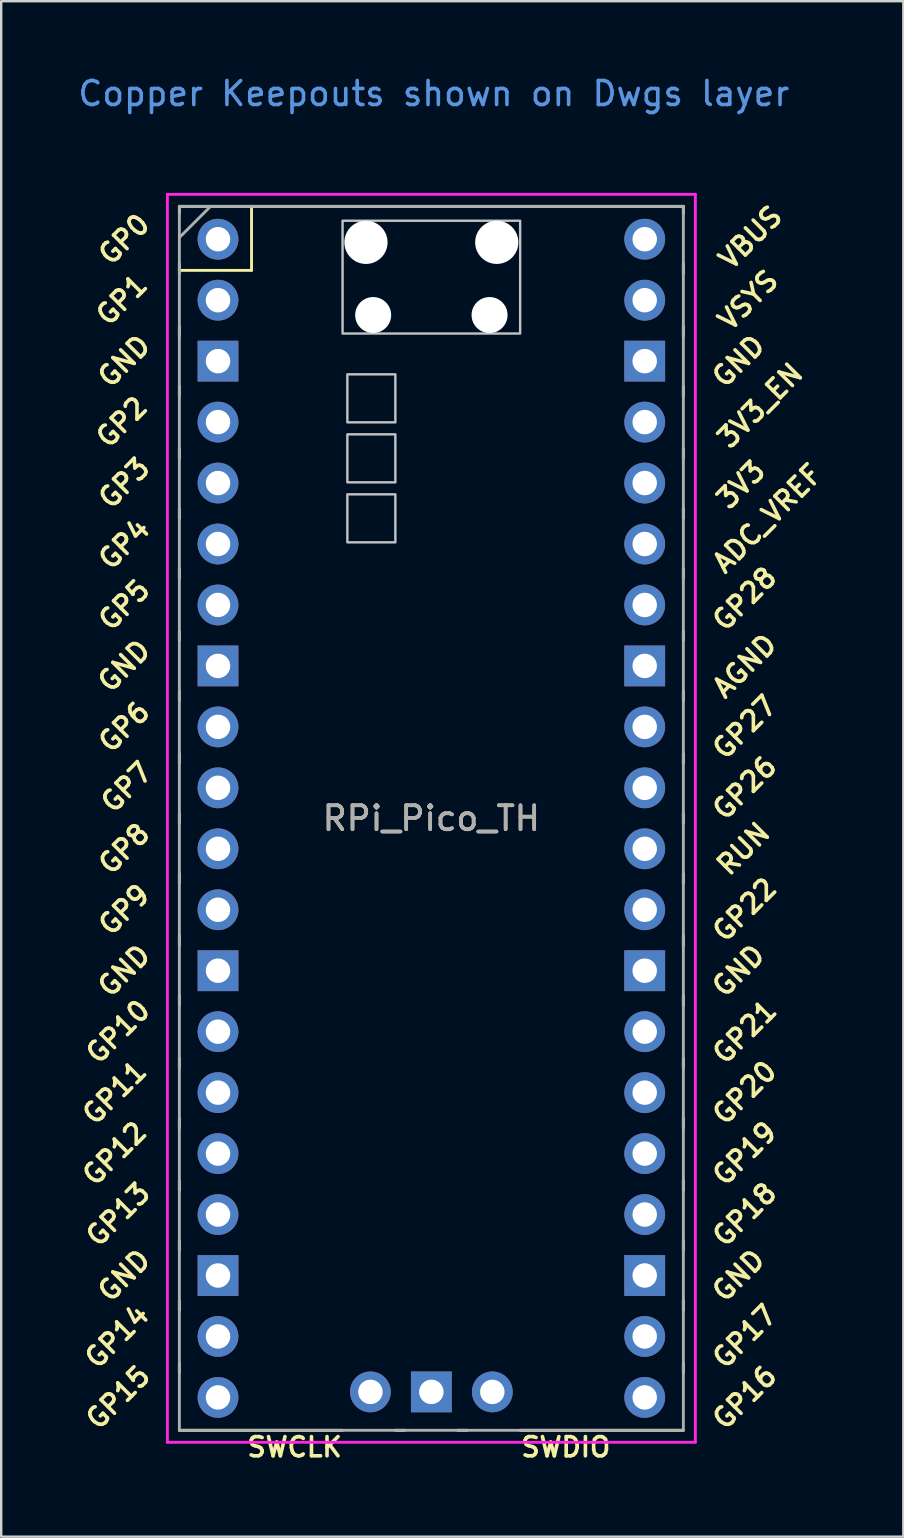
<source format=kicad_pcb>
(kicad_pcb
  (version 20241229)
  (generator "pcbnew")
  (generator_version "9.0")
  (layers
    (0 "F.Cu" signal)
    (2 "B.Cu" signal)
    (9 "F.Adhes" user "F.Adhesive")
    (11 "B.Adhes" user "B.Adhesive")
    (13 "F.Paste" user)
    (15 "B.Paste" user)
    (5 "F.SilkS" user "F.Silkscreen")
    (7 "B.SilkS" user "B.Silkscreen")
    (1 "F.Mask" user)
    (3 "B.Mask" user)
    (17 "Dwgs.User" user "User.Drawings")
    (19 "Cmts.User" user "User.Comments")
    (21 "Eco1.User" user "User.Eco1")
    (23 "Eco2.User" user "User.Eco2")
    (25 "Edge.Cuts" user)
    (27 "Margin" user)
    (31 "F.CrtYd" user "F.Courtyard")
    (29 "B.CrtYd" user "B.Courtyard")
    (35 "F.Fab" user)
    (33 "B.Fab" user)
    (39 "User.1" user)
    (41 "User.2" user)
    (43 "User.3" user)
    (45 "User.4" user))
  (footprint "RPi_Pico_TH"
    (layer "F.Cu")
    (at 14.924 31.048)
    (property "Reference" "RPi_Pico_TH" (at 0 0 0) (layer "F.SilkS") (effects (font (size 1 1) (thickness 0.15))))
    (attr through_hole)
    (fp_line (start -10.5 -25.5) (end -10.5 -25.2) (stroke (width 0.12) (type solid)) (layer "F.SilkS"))
    (fp_line (start -10.5 -25.5) (end 10.5 -25.5) (stroke (width 0.12) (type solid)) (layer "F.SilkS"))
    (fp_line (start -10.5 -23.1) (end -10.5 -22.7) (stroke (width 0.12) (type solid)) (layer "F.SilkS"))
    (fp_line (start -10.5 -22.833) (end -7.493 -22.833) (stroke (width 0.12) (type solid)) (layer "F.SilkS"))
    (fp_line (start -10.5 -20.5) (end -10.5 -20.1) (stroke (width 0.12) (type solid)) (layer "F.SilkS"))
    (fp_line (start -10.5 -18) (end -10.5 -17.6) (stroke (width 0.12) (type solid)) (layer "F.SilkS"))
    (fp_line (start -10.5 -15.4) (end -10.5 -15) (stroke (width 0.12) (type solid)) (layer "F.SilkS"))
    (fp_line (start -10.5 -12.9) (end -10.5 -12.5) (stroke (width 0.12) (type solid)) (layer "F.SilkS"))
    (fp_line (start -10.5 -10.4) (end -10.5 -10) (stroke (width 0.12) (type solid)) (layer "F.SilkS"))
    (fp_line (start -10.5 -7.8) (end -10.5 -7.4) (stroke (width 0.12) (type solid)) (layer "F.SilkS"))
    (fp_line (start -10.5 -5.3) (end -10.5 -4.9) (stroke (width 0.12) (type solid)) (layer "F.SilkS"))
    (fp_line (start -10.5 -2.7) (end -10.5 -2.3) (stroke (width 0.12) (type solid)) (layer "F.SilkS"))
    (fp_line (start -10.5 -0.2) (end -10.5 0.2) (stroke (width 0.12) (type solid)) (layer "F.SilkS"))
    (fp_line (start -10.5 2.3) (end -10.5 2.7) (stroke (width 0.12) (type solid)) (layer "F.SilkS"))
    (fp_line (start -10.5 4.9) (end -10.5 5.3) (stroke (width 0.12) (type solid)) (layer "F.SilkS"))
    (fp_line (start -10.5 7.4) (end -10.5 7.8) (stroke (width 0.12) (type solid)) (layer "F.SilkS"))
    (fp_line (start -10.5 10) (end -10.5 10.4) (stroke (width 0.12) (type solid)) (layer "F.SilkS"))
    (fp_line (start -10.5 12.5) (end -10.5 12.9) (stroke (width 0.12) (type solid)) (layer "F.SilkS"))
    (fp_line (start -10.5 15.1) (end -10.5 15.5) (stroke (width 0.12) (type solid)) (layer "F.SilkS"))
    (fp_line (start -10.5 17.6) (end -10.5 18) (stroke (width 0.12) (type solid)) (layer "F.SilkS"))
    (fp_line (start -10.5 20.1) (end -10.5 20.5) (stroke (width 0.12) (type solid)) (layer "F.SilkS"))
    (fp_line (start -10.5 22.7) (end -10.5 23.1) (stroke (width 0.12) (type solid)) (layer "F.SilkS"))
    (fp_line (start -7.493 -22.833) (end -7.493 -25.5) (stroke (width 0.12) (type solid)) (layer "F.SilkS"))
    (fp_line (start -3.7 25.5) (end -10.5 25.5) (stroke (width 0.12) (type solid)) (layer "F.SilkS"))
    (fp_line (start -1.5 25.5) (end -1.1 25.5) (stroke (width 0.12) (type solid)) (layer "F.SilkS"))
    (fp_line (start 1.1 25.5) (end 1.5 25.5) (stroke (width 0.12) (type solid)) (layer "F.SilkS"))
    (fp_line (start 10.5 -25.5) (end 10.5 -25.2) (stroke (width 0.12) (type solid)) (layer "F.SilkS"))
    (fp_line (start 10.5 -23.1) (end 10.5 -22.7) (stroke (width 0.12) (type solid)) (layer "F.SilkS"))
    (fp_line (start 10.5 -20.5) (end 10.5 -20.1) (stroke (width 0.12) (type solid)) (layer "F.SilkS"))
    (fp_line (start 10.5 -18) (end 10.5 -17.6) (stroke (width 0.12) (type solid)) (layer "F.SilkS"))
    (fp_line (start 10.5 -15.4) (end 10.5 -15) (stroke (width 0.12) (type solid)) (layer "F.SilkS"))
    (fp_line (start 10.5 -12.9) (end 10.5 -12.5) (stroke (width 0.12) (type solid)) (layer "F.SilkS"))
    (fp_line (start 10.5 -10.4) (end 10.5 -10) (stroke (width 0.12) (type solid)) (layer "F.SilkS"))
    (fp_line (start 10.5 -7.8) (end 10.5 -7.4) (stroke (width 0.12) (type solid)) (layer "F.SilkS"))
    (fp_line (start 10.5 -5.3) (end 10.5 -4.9) (stroke (width 0.12) (type solid)) (layer "F.SilkS"))
    (fp_line (start 10.5 -2.7) (end 10.5 -2.3) (stroke (width 0.12) (type solid)) (layer "F.SilkS"))
    (fp_line (start 10.5 -0.2) (end 10.5 0.2) (stroke (width 0.12) (type solid)) (layer "F.SilkS"))
    (fp_line (start 10.5 2.3) (end 10.5 2.7) (stroke (width 0.12) (type solid)) (layer "F.SilkS"))
    (fp_line (start 10.5 4.9) (end 10.5 5.3) (stroke (width 0.12) (type solid)) (layer "F.SilkS"))
    (fp_line (start 10.5 7.4) (end 10.5 7.8) (stroke (width 0.12) (type solid)) (layer "F.SilkS"))
    (fp_line (start 10.5 10) (end 10.5 10.4) (stroke (width 0.12) (type solid)) (layer "F.SilkS"))
    (fp_line (start 10.5 12.5) (end 10.5 12.9) (stroke (width 0.12) (type solid)) (layer "F.SilkS"))
    (fp_line (start 10.5 15.1) (end 10.5 15.5) (stroke (width 0.12) (type solid)) (layer "F.SilkS"))
    (fp_line (start 10.5 17.6) (end 10.5 18) (stroke (width 0.12) (type solid)) (layer "F.SilkS"))
    (fp_line (start 10.5 20.1) (end 10.5 20.5) (stroke (width 0.12) (type solid)) (layer "F.SilkS"))
    (fp_line (start 10.5 22.7) (end 10.5 23.1) (stroke (width 0.12) (type solid)) (layer "F.SilkS"))
    (fp_line (start 10.5 25.5) (end 3.7 25.5) (stroke (width 0.12) (type solid)) (layer "F.SilkS"))
    (fp_poly (pts (xy -1.5 -16.5) (xy -3.5 -16.5) (xy -3.5 -18.5) (xy -1.5 -18.5)) (stroke (width 0.1) (type solid)) (fill no) (layer "Dwgs.User"))
    (fp_poly (pts (xy -1.5 -14) (xy -3.5 -14) (xy -3.5 -16) (xy -1.5 -16)) (stroke (width 0.1) (type solid)) (fill no) (layer "Dwgs.User"))
    (fp_poly (pts (xy -1.5 -11.5) (xy -3.5 -11.5) (xy -3.5 -13.5) (xy -1.5 -13.5)) (stroke (width 0.1) (type solid)) (fill no) (layer "Dwgs.User"))
    (fp_poly (pts (xy 3.7 -20.2) (xy -3.7 -20.2) (xy -3.7 -24.9) (xy 3.7 -24.9)) (stroke (width 0.1) (type solid)) (fill no) (layer "Dwgs.User"))
    (fp_line (start -11 -26) (end 11 -26) (stroke (width 0.12) (type solid)) (layer "F.CrtYd"))
    (fp_line (start -11 26) (end -11 -26) (stroke (width 0.12) (type solid)) (layer "F.CrtYd"))
    (fp_line (start 11 -26) (end 11 26) (stroke (width 0.12) (type solid)) (layer "F.CrtYd"))
    (fp_line (start 11 26) (end -11 26) (stroke (width 0.12) (type solid)) (layer "F.CrtYd"))
    (fp_line (start -10.5 -25.5) (end 10.5 -25.5) (stroke (width 0.12) (type solid)) (layer "F.Fab"))
    (fp_line (start -10.5 -24.2) (end -9.2 -25.5) (stroke (width 0.12) (type solid)) (layer "F.Fab"))
    (fp_line (start -10.5 25.5) (end -10.5 -25.5) (stroke (width 0.12) (type solid)) (layer "F.Fab"))
    (fp_line (start 10.5 -25.5) (end 10.5 25.5) (stroke (width 0.12) (type solid)) (layer "F.Fab"))
    (fp_line (start 10.5 25.5) (end -10.5 25.5) (stroke (width 0.12) (type solid)) (layer "F.Fab"))
    (fp_text user "GP20" (at 13.054 11.43 45) (layer "F.SilkS") (effects (font (size 0.8 0.8) (thickness 0.15))))
    (fp_text user "GP12" (at -13.2 13.97 45) (layer "F.SilkS") (effects (font (size 0.8 0.8) (thickness 0.15))))
    (fp_text user "SWDIO" (at 5.6 26.2 0) (layer "F.SilkS") (effects (font (size 0.8 0.8) (thickness 0.15))))
    (fp_text user "GP13" (at -13.054 16.51 45) (layer "F.SilkS") (effects (font (size 0.8 0.8) (thickness 0.15))))
    (fp_text user "GND" (at 12.8 19.05 45) (layer "F.SilkS") (effects (font (size 0.8 0.8) (thickness 0.15))))
    (fp_text user "VBUS" (at 13.3 -24.2 45) (layer "F.SilkS") (effects (font (size 0.8 0.8) (thickness 0.15))))
    (fp_text user "GP5" (at -12.8 -8.89 45) (layer "F.SilkS") (effects (font (size 0.8 0.8) (thickness 0.15))))
    (fp_text user "GP26" (at 13.054 -1.27 45) (layer "F.SilkS") (effects (font (size 0.8 0.8) (thickness 0.15))))
    (fp_text user "GP4" (at -12.8 -11.43 45) (layer "F.SilkS") (effects (font (size 0.8 0.8) (thickness 0.15))))
    (fp_text user "ADC_VREF" (at 14 -12.5 45) (layer "F.SilkS") (effects (font (size 0.8 0.8) (thickness 0.15))))
    (fp_text user "GP14" (at -13.1 21.59 45) (layer "F.SilkS") (effects (font (size 0.8 0.8) (thickness 0.15))))
    (fp_text user "GP21" (at 13.054 8.9 45) (layer "F.SilkS") (effects (font (size 0.8 0.8) (thickness 0.15))))
    (fp_text user "GP17" (at 13.054 21.59 45) (layer "F.SilkS") (effects (font (size 0.8 0.8) (thickness 0.15))))
    (fp_text user "GND" (at 12.8 6.35 45) (layer "F.SilkS") (effects (font (size 0.8 0.8) (thickness 0.15))))
    (fp_text user "VSYS" (at 13.2 -21.59 45) (layer "F.SilkS") (effects (font (size 0.8 0.8) (thickness 0.15))))
    (fp_text user "GP6" (at -12.8 -3.81 45) (layer "F.SilkS") (effects (font (size 0.8 0.8) (thickness 0.15))))
    (fp_text user "AGND" (at 13.054 -6.35 45) (layer "F.SilkS") (effects (font (size 0.8 0.8) (thickness 0.15))))
    (fp_text user "GP3" (at -12.8 -13.97 45) (layer "F.SilkS") (effects (font (size 0.8 0.8) (thickness 0.15))))
    (fp_text user "GND" (at -12.8 -6.35 45) (layer "F.SilkS") (effects (font (size 0.8 0.8) (thickness 0.15))))
    (fp_text user "GND" (at 12.8 -19.05 45) (layer "F.SilkS") (effects (font (size 0.8 0.8) (thickness 0.15))))
    (fp_text user "GP22" (at 13.054 3.81 45) (layer "F.SilkS") (effects (font (size 0.8 0.8) (thickness 0.15))))
    (fp_text user "GP9" (at -12.8 3.81 45) (layer "F.SilkS") (effects (font (size 0.8 0.8) (thickness 0.15))))
    (fp_text user "GP18" (at 13.054 16.51 45) (layer "F.SilkS") (effects (font (size 0.8 0.8) (thickness 0.15))))
    (fp_text user "GP11" (at -13.2 11.43 45) (layer "F.SilkS") (effects (font (size 0.8 0.8) (thickness 0.15))))
    (fp_text user "GP8" (at -12.8 1.27 45) (layer "F.SilkS") (effects (font (size 0.8 0.8) (thickness 0.15))))
    (fp_text user "GP27" (at 13.054 -3.8 45) (layer "F.SilkS") (effects (font (size 0.8 0.8) (thickness 0.15))))
    (fp_text user "GND" (at -12.8 -19.05 45) (layer "F.SilkS") (effects (font (size 0.8 0.8) (thickness 0.15))))
    (fp_text user "GP28" (at 13.054 -9.144 45) (layer "F.SilkS") (effects (font (size 0.8 0.8) (thickness 0.15))))
    (fp_text user "RUN" (at 13 1.27 45) (layer "F.SilkS") (effects (font (size 0.8 0.8) (thickness 0.15))))
    (fp_text user "GP10" (at -13.054 8.89 45) (layer "F.SilkS") (effects (font (size 0.8 0.8) (thickness 0.15))))
    (fp_text user "3V3_EN" (at 13.7 -17.2 45) (layer "F.SilkS") (effects (font (size 0.8 0.8) (thickness 0.15))))
    (fp_text user "GND" (at -12.8 6.35 45) (layer "F.SilkS") (effects (font (size 0.8 0.8) (thickness 0.15))))
    (fp_text user "GP16" (at 13.054 24.13 45) (layer "F.SilkS") (effects (font (size 0.8 0.8) (thickness 0.15))))
    (fp_text user "GP19" (at 13.054 13.97 45) (layer "F.SilkS") (effects (font (size 0.8 0.8) (thickness 0.15))))
    (fp_text user "GP1" (at -12.9 -21.6 45) (layer "F.SilkS") (effects (font (size 0.8 0.8) (thickness 0.15))))
    (fp_text user "GP15" (at -13.054 24.13 45) (layer "F.SilkS") (effects (font (size 0.8 0.8) (thickness 0.15))))
    (fp_text user "GND" (at -12.8 19.05 45) (layer "F.SilkS") (effects (font (size 0.8 0.8) (thickness 0.15))))
    (fp_text user "SWCLK" (at -5.7 26.2 0) (layer "F.SilkS") (effects (font (size 0.8 0.8) (thickness 0.15))))
    (fp_text user "GP7" (at -12.7 -1.3 45) (layer "F.SilkS") (effects (font (size 0.8 0.8) (thickness 0.15))))
    (fp_text user "GP0" (at -12.8 -24.13 45) (layer "F.SilkS") (effects (font (size 0.8 0.8) (thickness 0.15))))
    (fp_text user "3V3" (at 12.9 -13.9 45) (layer "F.SilkS") (effects (font (size 0.8 0.8) (thickness 0.15))))
    (fp_text user "GP2" (at -12.9 -16.51 45) (layer "F.SilkS") (effects (font (size 0.8 0.8) (thickness 0.15))))
    (fp_text user "Copper Keepouts shown on Dwgs layer" (at 0.1 -30.2 0) (layer "Cmts.User") (effects (font (size 1 1) (thickness 0.15))))
    (fp_text user "${REFERENCE}" (at 0 0 180) (layer "F.Fab") (effects (font (size 1 1) (thickness 0.15))))
    (pad "" np_thru_hole oval (at -2.725 -24) (size 1.8 1.8) (drill 1.8) (layers "*.Cu" "*.Mask"))
    (pad "" np_thru_hole oval (at -2.425 -20.97) (size 1.5 1.5) (drill 1.5) (layers "*.Cu" "*.Mask"))
    (pad "" np_thru_hole oval (at 2.425 -20.97) (size 1.5 1.5) (drill 1.5) (layers "*.Cu" "*.Mask"))
    (pad "" np_thru_hole oval (at 2.725 -24) (size 1.8 1.8) (drill 1.8) (layers "*.Cu" "*.Mask"))
    (pad "1" thru_hole oval (at -8.89 -24.13) (size 1.7 1.7) (drill 1.02) (layers "*.Cu" "*.Mask"))
    (pad "2" thru_hole oval (at -8.89 -21.59) (size 1.7 1.7) (drill 1.02) (layers "*.Cu" "*.Mask"))
    (pad "3" thru_hole rect (at -8.89 -19.05) (size 1.7 1.7) (drill 1.02) (layers "*.Cu" "*.Mask"))
    (pad "4" thru_hole oval (at -8.89 -16.51) (size 1.7 1.7) (drill 1.02) (layers "*.Cu" "*.Mask"))
    (pad "5" thru_hole oval (at -8.89 -13.97) (size 1.7 1.7) (drill 1.02) (layers "*.Cu" "*.Mask"))
    (pad "6" thru_hole oval (at -8.89 -11.43) (size 1.7 1.7) (drill 1.02) (layers "*.Cu" "*.Mask"))
    (pad "7" thru_hole oval (at -8.89 -8.89) (size 1.7 1.7) (drill 1.02) (layers "*.Cu" "*.Mask"))
    (pad "8" thru_hole rect (at -8.89 -6.35) (size 1.7 1.7) (drill 1.02) (layers "*.Cu" "*.Mask"))
    (pad "9" thru_hole oval (at -8.89 -3.81) (size 1.7 1.7) (drill 1.02) (layers "*.Cu" "*.Mask"))
    (pad "10" thru_hole oval (at -8.89 -1.27) (size 1.7 1.7) (drill 1.02) (layers "*.Cu" "*.Mask"))
    (pad "11" thru_hole oval (at -8.89 1.27) (size 1.7 1.7) (drill 1.02) (layers "*.Cu" "*.Mask"))
    (pad "12" thru_hole oval (at -8.89 3.81) (size 1.7 1.7) (drill 1.02) (layers "*.Cu" "*.Mask"))
    (pad "13" thru_hole rect (at -8.89 6.35) (size 1.7 1.7) (drill 1.02) (layers "*.Cu" "*.Mask"))
    (pad "14" thru_hole oval (at -8.89 8.89) (size 1.7 1.7) (drill 1.02) (layers "*.Cu" "*.Mask"))
    (pad "15" thru_hole oval (at -8.89 11.43) (size 1.7 1.7) (drill 1.02) (layers "*.Cu" "*.Mask"))
    (pad "16" thru_hole oval (at -8.89 13.97) (size 1.7 1.7) (drill 1.02) (layers "*.Cu" "*.Mask"))
    (pad "17" thru_hole oval (at -8.89 16.51) (size 1.7 1.7) (drill 1.02) (layers "*.Cu" "*.Mask"))
    (pad "18" thru_hole rect (at -8.89 19.05) (size 1.7 1.7) (drill 1.02) (layers "*.Cu" "*.Mask"))
    (pad "19" thru_hole oval (at -8.89 21.59) (size 1.7 1.7) (drill 1.02) (layers "*.Cu" "*.Mask"))
    (pad "20" thru_hole oval (at -8.89 24.13) (size 1.7 1.7) (drill 1.02) (layers "*.Cu" "*.Mask"))
    (pad "21" thru_hole oval (at 8.89 24.13) (size 1.7 1.7) (drill 1.02) (layers "*.Cu" "*.Mask"))
    (pad "22" thru_hole oval (at 8.89 21.59) (size 1.7 1.7) (drill 1.02) (layers "*.Cu" "*.Mask"))
    (pad "23" thru_hole rect (at 8.89 19.05) (size 1.7 1.7) (drill 1.02) (layers "*.Cu" "*.Mask"))
    (pad "24" thru_hole oval (at 8.89 16.51) (size 1.7 1.7) (drill 1.02) (layers "*.Cu" "*.Mask"))
    (pad "25" thru_hole oval (at 8.89 13.97) (size 1.7 1.7) (drill 1.02) (layers "*.Cu" "*.Mask"))
    (pad "26" thru_hole oval (at 8.89 11.43) (size 1.7 1.7) (drill 1.02) (layers "*.Cu" "*.Mask"))
    (pad "27" thru_hole oval (at 8.89 8.89) (size 1.7 1.7) (drill 1.02) (layers "*.Cu" "*.Mask"))
    (pad "28" thru_hole rect (at 8.89 6.35) (size 1.7 1.7) (drill 1.02) (layers "*.Cu" "*.Mask"))
    (pad "29" thru_hole oval (at 8.89 3.81) (size 1.7 1.7) (drill 1.02) (layers "*.Cu" "*.Mask"))
    (pad "30" thru_hole oval (at 8.89 1.27) (size 1.7 1.7) (drill 1.02) (layers "*.Cu" "*.Mask"))
    (pad "31" thru_hole oval (at 8.89 -1.27) (size 1.7 1.7) (drill 1.02) (layers "*.Cu" "*.Mask"))
    (pad "32" thru_hole oval (at 8.89 -3.81) (size 1.7 1.7) (drill 1.02) (layers "*.Cu" "*.Mask"))
    (pad "33" thru_hole rect (at 8.89 -6.35) (size 1.7 1.7) (drill 1.02) (layers "*.Cu" "*.Mask"))
    (pad "34" thru_hole oval (at 8.89 -8.89) (size 1.7 1.7) (drill 1.02) (layers "*.Cu" "*.Mask"))
    (pad "35" thru_hole oval (at 8.89 -11.43) (size 1.7 1.7) (drill 1.02) (layers "*.Cu" "*.Mask"))
    (pad "36" thru_hole oval (at 8.89 -13.97) (size 1.7 1.7) (drill 1.02) (layers "*.Cu" "*.Mask"))
    (pad "37" thru_hole oval (at 8.89 -16.51) (size 1.7 1.7) (drill 1.02) (layers "*.Cu" "*.Mask"))
    (pad "38" thru_hole rect (at 8.89 -19.05) (size 1.7 1.7) (drill 1.02) (layers "*.Cu" "*.Mask"))
    (pad "39" thru_hole oval (at 8.89 -21.59) (size 1.7 1.7) (drill 1.02) (layers "*.Cu" "*.Mask"))
    (pad "40" thru_hole oval (at 8.89 -24.13) (size 1.7 1.7) (drill 1.02) (layers "*.Cu" "*.Mask"))
    (pad "41" thru_hole oval (at -2.54 23.9) (size 1.7 1.7) (drill 1.02) (layers "*.Cu" "*.Mask"))
    (pad "42" thru_hole rect (at 0 23.9) (size 1.7 1.7) (drill 1.02) (layers "*.Cu" "*.Mask"))
    (pad "43" thru_hole oval (at 2.54 23.9) (size 1.7 1.7) (drill 1.02) (layers "*.Cu" "*.Mask")))
  (gr_rect
    (start -3 -3)
    (end 34.591 60.98)
    (stroke (width 0.1) (type default))
    (fill no)
    (layer "Edge.Cuts")))
</source>
